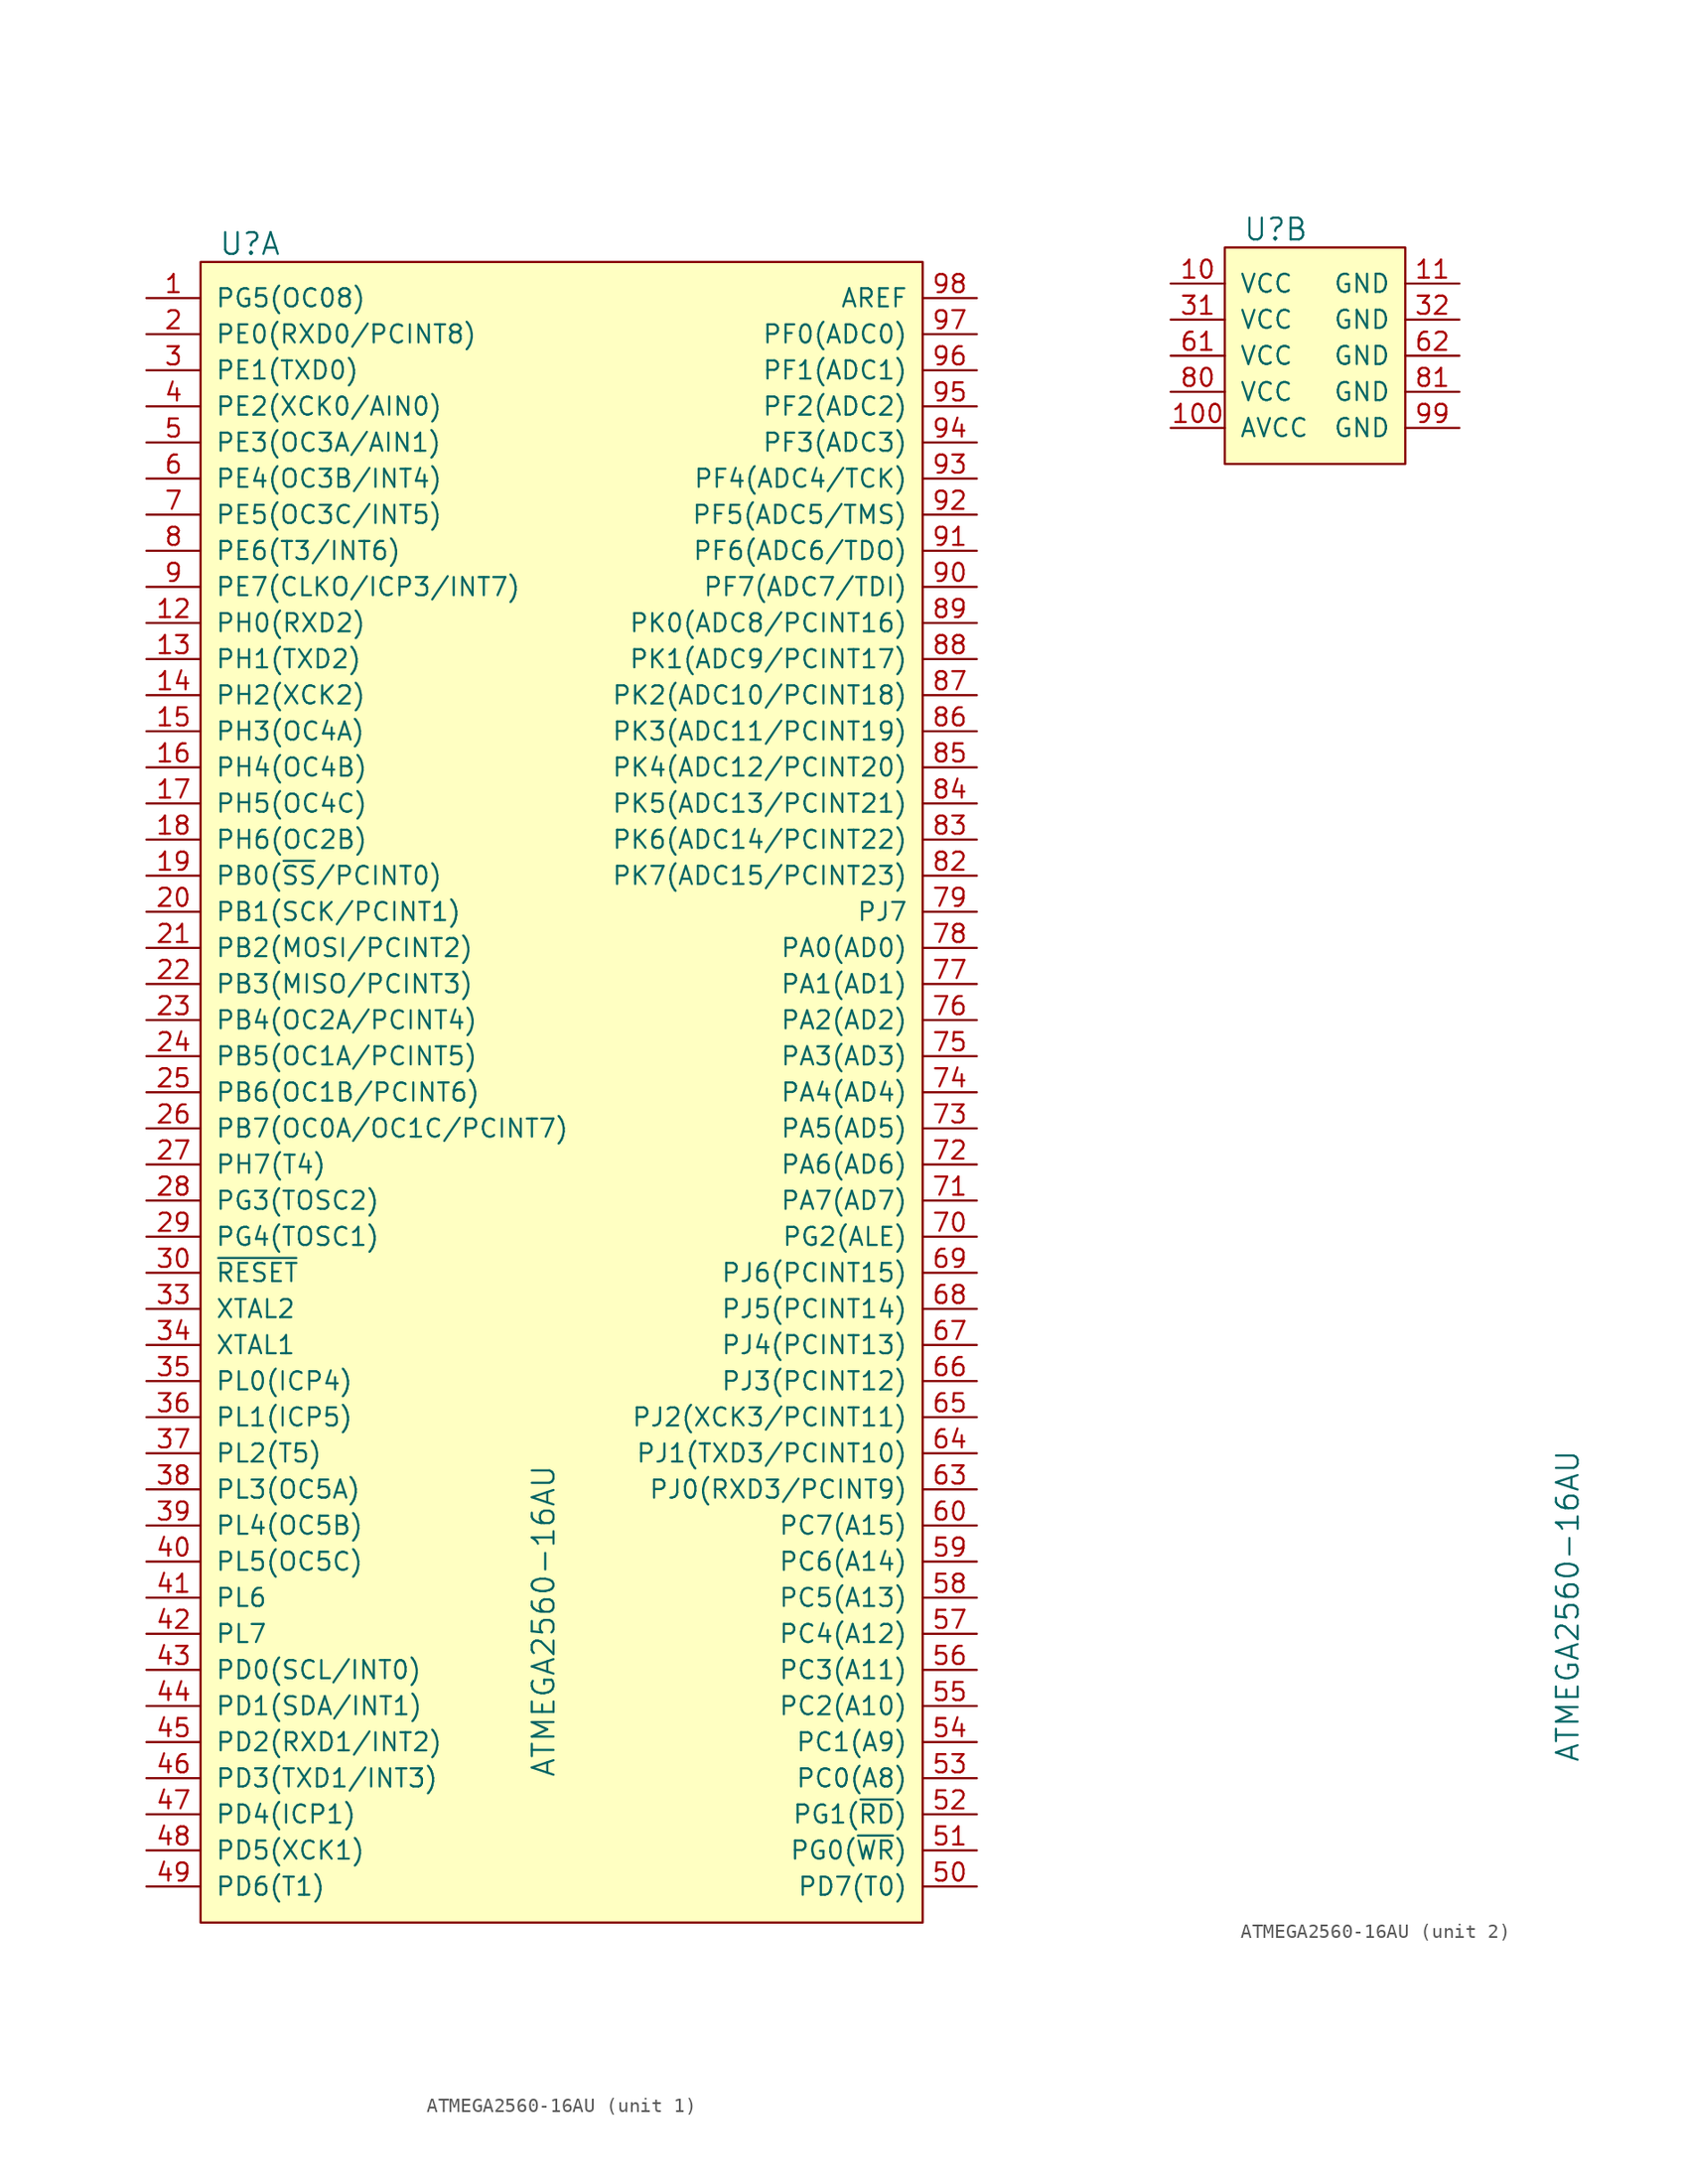
<source format=kicad_sym>
(kicad_symbol_lib
  (version 20211014)
  (generator kicad_symbol_editor)
  (symbol "ATMEGA2560-16AU"
    (pin_names
      (offset 1.016))
    (property "Reference" "U"
      (at 2.54 1.27 0)
      (effects (font (size 1.524 1.524)) (justify left)))
    (property "Value" "ATMEGA2560-16AU"
      (at 25.4 -106.68 90)
      (effects (font (size 1.524 1.524)) (justify left)))
    (property "ki_locked" ""
      (at 0 0 0)
      (effects (font (size 1.27 1.27))))
    (symbol "ATMEGA2560-16AU_1_1"
      (rectangle (start 1.27 0) (end 52.07 -116.84) (stroke (width 0) (type default) (color 0 0 0 0)) (fill (type background)))
      (pin bidirectional line (at -2.54 -2.54 0) (length 3.81) (name "PG5(OC08)" (effects (font (size 1.27 1.27)))) (number "1" (effects (font (size 1.27 1.27)))))
      (pin bidirectional line (at -2.54 -25.4 0) (length 3.81) (name "PH0(RXD2)" (effects (font (size 1.27 1.27)))) (number "12" (effects (font (size 1.27 1.27)))))
      (pin bidirectional line (at -2.54 -27.94 0) (length 3.81) (name "PH1(TXD2)" (effects (font (size 1.27 1.27)))) (number "13" (effects (font (size 1.27 1.27)))))
      (pin bidirectional line (at -2.54 -30.48 0) (length 3.81) (name "PH2(XCK2)" (effects (font (size 1.27 1.27)))) (number "14" (effects (font (size 1.27 1.27)))))
      (pin bidirectional line (at -2.54 -33.02 0) (length 3.81) (name "PH3(OC4A)" (effects (font (size 1.27 1.27)))) (number "15" (effects (font (size 1.27 1.27)))))
      (pin bidirectional line (at -2.54 -35.56 0) (length 3.81) (name "PH4(OC4B)" (effects (font (size 1.27 1.27)))) (number "16" (effects (font (size 1.27 1.27)))))
      (pin bidirectional line (at -2.54 -38.1 0) (length 3.81) (name "PH5(OC4C)" (effects (font (size 1.27 1.27)))) (number "17" (effects (font (size 1.27 1.27)))))
      (pin bidirectional line (at -2.54 -40.64 0) (length 3.81) (name "PH6(OC2B)" (effects (font (size 1.27 1.27)))) (number "18" (effects (font (size 1.27 1.27)))))
      (pin bidirectional line (at -2.54 -43.18 0) (length 3.81) (name "PB0(~{SS}/PCINT0)" (effects (font (size 1.27 1.27)))) (number "19" (effects (font (size 1.27 1.27)))))
      (pin bidirectional line (at -2.54 -5.08 0) (length 3.81) (name "PE0(RXD0/PCINT8)" (effects (font (size 1.27 1.27)))) (number "2" (effects (font (size 1.27 1.27)))))
      (pin bidirectional line (at -2.54 -45.72 0) (length 3.81) (name "PB1(SCK/PCINT1)" (effects (font (size 1.27 1.27)))) (number "20" (effects (font (size 1.27 1.27)))))
      (pin bidirectional line (at -2.54 -48.26 0) (length 3.81) (name "PB2(MOSI/PCINT2)" (effects (font (size 1.27 1.27)))) (number "21" (effects (font (size 1.27 1.27)))))
      (pin bidirectional line (at -2.54 -50.8 0) (length 3.81) (name "PB3(MISO/PCINT3)" (effects (font (size 1.27 1.27)))) (number "22" (effects (font (size 1.27 1.27)))))
      (pin bidirectional line (at -2.54 -53.34 0) (length 3.81) (name "PB4(OC2A/PCINT4)" (effects (font (size 1.27 1.27)))) (number "23" (effects (font (size 1.27 1.27)))))
      (pin bidirectional line (at -2.54 -55.88 0) (length 3.81) (name "PB5(OC1A/PCINT5)" (effects (font (size 1.27 1.27)))) (number "24" (effects (font (size 1.27 1.27)))))
      (pin bidirectional line (at -2.54 -58.42 0) (length 3.81) (name "PB6(OC1B/PCINT6)" (effects (font (size 1.27 1.27)))) (number "25" (effects (font (size 1.27 1.27)))))
      (pin bidirectional line (at -2.54 -60.96 0) (length 3.81) (name "PB7(OC0A/OC1C/PCINT7)" (effects (font (size 1.27 1.27)))) (number "26" (effects (font (size 1.27 1.27)))))
      (pin bidirectional line (at -2.54 -63.5 0) (length 3.81) (name "PH7(T4)" (effects (font (size 1.27 1.27)))) (number "27" (effects (font (size 1.27 1.27)))))
      (pin bidirectional line (at -2.54 -66.04 0) (length 3.81) (name "PG3(TOSC2)" (effects (font (size 1.27 1.27)))) (number "28" (effects (font (size 1.27 1.27)))))
      (pin bidirectional line (at -2.54 -68.58 0) (length 3.81) (name "PG4(TOSC1)" (effects (font (size 1.27 1.27)))) (number "29" (effects (font (size 1.27 1.27)))))
      (pin bidirectional line (at -2.54 -7.62 0) (length 3.81) (name "PE1(TXD0)" (effects (font (size 1.27 1.27)))) (number "3" (effects (font (size 1.27 1.27)))))
      (pin input line (at -2.54 -71.12 0) (length 3.81) (name "~{RESET}" (effects (font (size 1.27 1.27)))) (number "30" (effects (font (size 1.27 1.27)))))
      (pin input line (at -2.54 -73.66 0) (length 3.81) (name "XTAL2" (effects (font (size 1.27 1.27)))) (number "33" (effects (font (size 1.27 1.27)))))
      (pin output line (at -2.54 -76.2 0) (length 3.81) (name "XTAL1" (effects (font (size 1.27 1.27)))) (number "34" (effects (font (size 1.27 1.27)))))
      (pin bidirectional line (at -2.54 -78.74 0) (length 3.81) (name "PL0(ICP4)" (effects (font (size 1.27 1.27)))) (number "35" (effects (font (size 1.27 1.27)))))
      (pin bidirectional line (at -2.54 -81.28 0) (length 3.81) (name "PL1(ICP5)" (effects (font (size 1.27 1.27)))) (number "36" (effects (font (size 1.27 1.27)))))
      (pin bidirectional line (at -2.54 -83.82 0) (length 3.81) (name "PL2(T5)" (effects (font (size 1.27 1.27)))) (number "37" (effects (font (size 1.27 1.27)))))
      (pin bidirectional line (at -2.54 -86.36 0) (length 3.81) (name "PL3(OC5A)" (effects (font (size 1.27 1.27)))) (number "38" (effects (font (size 1.27 1.27)))))
      (pin bidirectional line (at -2.54 -88.9 0) (length 3.81) (name "PL4(OC5B)" (effects (font (size 1.27 1.27)))) (number "39" (effects (font (size 1.27 1.27)))))
      (pin bidirectional line (at -2.54 -10.16 0) (length 3.81) (name "PE2(XCK0/AIN0)" (effects (font (size 1.27 1.27)))) (number "4" (effects (font (size 1.27 1.27)))))
      (pin bidirectional line (at -2.54 -91.44 0) (length 3.81) (name "PL5(OC5C)" (effects (font (size 1.27 1.27)))) (number "40" (effects (font (size 1.27 1.27)))))
      (pin bidirectional line (at -2.54 -93.98 0) (length 3.81) (name "PL6" (effects (font (size 1.27 1.27)))) (number "41" (effects (font (size 1.27 1.27)))))
      (pin bidirectional line (at -2.54 -96.52 0) (length 3.81) (name "PL7" (effects (font (size 1.27 1.27)))) (number "42" (effects (font (size 1.27 1.27)))))
      (pin bidirectional line (at -2.54 -99.06 0) (length 3.81) (name "PD0(SCL/INT0)" (effects (font (size 1.27 1.27)))) (number "43" (effects (font (size 1.27 1.27)))))
      (pin bidirectional line (at -2.54 -101.6 0) (length 3.81) (name "PD1(SDA/INT1)" (effects (font (size 1.27 1.27)))) (number "44" (effects (font (size 1.27 1.27)))))
      (pin bidirectional line (at -2.54 -104.14 0) (length 3.81) (name "PD2(RXD1/INT2)" (effects (font (size 1.27 1.27)))) (number "45" (effects (font (size 1.27 1.27)))))
      (pin bidirectional line (at -2.54 -106.68 0) (length 3.81) (name "PD3(TXD1/INT3)" (effects (font (size 1.27 1.27)))) (number "46" (effects (font (size 1.27 1.27)))))
      (pin bidirectional line (at -2.54 -109.22 0) (length 3.81) (name "PD4(ICP1)" (effects (font (size 1.27 1.27)))) (number "47" (effects (font (size 1.27 1.27)))))
      (pin bidirectional line (at -2.54 -111.76 0) (length 3.81) (name "PD5(XCK1)" (effects (font (size 1.27 1.27)))) (number "48" (effects (font (size 1.27 1.27)))))
      (pin bidirectional line (at -2.54 -114.3 0) (length 3.81) (name "PD6(T1)" (effects (font (size 1.27 1.27)))) (number "49" (effects (font (size 1.27 1.27)))))
      (pin bidirectional line (at -2.54 -12.7 0) (length 3.81) (name "PE3(OC3A/AIN1)" (effects (font (size 1.27 1.27)))) (number "5" (effects (font (size 1.27 1.27)))))
      (pin bidirectional line (at 55.88 -114.3 180) (length 3.81) (name "PD7(T0)" (effects (font (size 1.27 1.27)))) (number "50" (effects (font (size 1.27 1.27)))))
      (pin bidirectional line (at 55.88 -111.76 180) (length 3.81) (name "PG0(~{WR})" (effects (font (size 1.27 1.27)))) (number "51" (effects (font (size 1.27 1.27)))))
      (pin bidirectional line (at 55.88 -109.22 180) (length 3.81) (name "PG1(~{RD})" (effects (font (size 1.27 1.27)))) (number "52" (effects (font (size 1.27 1.27)))))
      (pin bidirectional line (at 55.88 -106.68 180) (length 3.81) (name "PC0(A8)" (effects (font (size 1.27 1.27)))) (number "53" (effects (font (size 1.27 1.27)))))
      (pin bidirectional line (at 55.88 -104.14 180) (length 3.81) (name "PC1(A9)" (effects (font (size 1.27 1.27)))) (number "54" (effects (font (size 1.27 1.27)))))
      (pin bidirectional line (at 55.88 -101.6 180) (length 3.81) (name "PC2(A10)" (effects (font (size 1.27 1.27)))) (number "55" (effects (font (size 1.27 1.27)))))
      (pin bidirectional line (at 55.88 -99.06 180) (length 3.81) (name "PC3(A11)" (effects (font (size 1.27 1.27)))) (number "56" (effects (font (size 1.27 1.27)))))
      (pin bidirectional line (at 55.88 -96.52 180) (length 3.81) (name "PC4(A12)" (effects (font (size 1.27 1.27)))) (number "57" (effects (font (size 1.27 1.27)))))
      (pin bidirectional line (at 55.88 -93.98 180) (length 3.81) (name "PC5(A13)" (effects (font (size 1.27 1.27)))) (number "58" (effects (font (size 1.27 1.27)))))
      (pin bidirectional line (at 55.88 -91.44 180) (length 3.81) (name "PC6(A14)" (effects (font (size 1.27 1.27)))) (number "59" (effects (font (size 1.27 1.27)))))
      (pin bidirectional line (at -2.54 -15.24 0) (length 3.81) (name "PE4(OC3B/INT4)" (effects (font (size 1.27 1.27)))) (number "6" (effects (font (size 1.27 1.27)))))
      (pin bidirectional line (at 55.88 -88.9 180) (length 3.81) (name "PC7(A15)" (effects (font (size 1.27 1.27)))) (number "60" (effects (font (size 1.27 1.27)))))
      (pin bidirectional line (at 55.88 -86.36 180) (length 3.81) (name "PJ0(RXD3/PCINT9)" (effects (font (size 1.27 1.27)))) (number "63" (effects (font (size 1.27 1.27)))))
      (pin bidirectional line (at 55.88 -83.82 180) (length 3.81) (name "PJ1(TXD3/PCINT10)" (effects (font (size 1.27 1.27)))) (number "64" (effects (font (size 1.27 1.27)))))
      (pin bidirectional line (at 55.88 -81.28 180) (length 3.81) (name "PJ2(XCK3/PCINT11)" (effects (font (size 1.27 1.27)))) (number "65" (effects (font (size 1.27 1.27)))))
      (pin bidirectional line (at 55.88 -78.74 180) (length 3.81) (name "PJ3(PCINT12)" (effects (font (size 1.27 1.27)))) (number "66" (effects (font (size 1.27 1.27)))))
      (pin bidirectional line (at 55.88 -76.2 180) (length 3.81) (name "PJ4(PCINT13)" (effects (font (size 1.27 1.27)))) (number "67" (effects (font (size 1.27 1.27)))))
      (pin bidirectional line (at 55.88 -73.66 180) (length 3.81) (name "PJ5(PCINT14)" (effects (font (size 1.27 1.27)))) (number "68" (effects (font (size 1.27 1.27)))))
      (pin bidirectional line (at 55.88 -71.12 180) (length 3.81) (name "PJ6(PCINT15)" (effects (font (size 1.27 1.27)))) (number "69" (effects (font (size 1.27 1.27)))))
      (pin bidirectional line (at -2.54 -17.78 0) (length 3.81) (name "PE5(OC3C/INT5)" (effects (font (size 1.27 1.27)))) (number "7" (effects (font (size 1.27 1.27)))))
      (pin bidirectional line (at 55.88 -68.58 180) (length 3.81) (name "PG2(ALE)" (effects (font (size 1.27 1.27)))) (number "70" (effects (font (size 1.27 1.27)))))
      (pin bidirectional line (at 55.88 -66.04 180) (length 3.81) (name "PA7(AD7)" (effects (font (size 1.27 1.27)))) (number "71" (effects (font (size 1.27 1.27)))))
      (pin bidirectional line (at 55.88 -63.5 180) (length 3.81) (name "PA6(AD6)" (effects (font (size 1.27 1.27)))) (number "72" (effects (font (size 1.27 1.27)))))
      (pin bidirectional line (at 55.88 -60.96 180) (length 3.81) (name "PA5(AD5)" (effects (font (size 1.27 1.27)))) (number "73" (effects (font (size 1.27 1.27)))))
      (pin bidirectional line (at 55.88 -58.42 180) (length 3.81) (name "PA4(AD4)" (effects (font (size 1.27 1.27)))) (number "74" (effects (font (size 1.27 1.27)))))
      (pin bidirectional line (at 55.88 -55.88 180) (length 3.81) (name "PA3(AD3)" (effects (font (size 1.27 1.27)))) (number "75" (effects (font (size 1.27 1.27)))))
      (pin bidirectional line (at 55.88 -53.34 180) (length 3.81) (name "PA2(AD2)" (effects (font (size 1.27 1.27)))) (number "76" (effects (font (size 1.27 1.27)))))
      (pin bidirectional line (at 55.88 -50.8 180) (length 3.81) (name "PA1(AD1)" (effects (font (size 1.27 1.27)))) (number "77" (effects (font (size 1.27 1.27)))))
      (pin bidirectional line (at 55.88 -48.26 180) (length 3.81) (name "PA0(AD0)" (effects (font (size 1.27 1.27)))) (number "78" (effects (font (size 1.27 1.27)))))
      (pin bidirectional line (at 55.88 -45.72 180) (length 3.81) (name "PJ7" (effects (font (size 1.27 1.27)))) (number "79" (effects (font (size 1.27 1.27)))))
      (pin bidirectional line (at -2.54 -20.32 0) (length 3.81) (name "PE6(T3/INT6)" (effects (font (size 1.27 1.27)))) (number "8" (effects (font (size 1.27 1.27)))))
      (pin bidirectional line (at 55.88 -43.18 180) (length 3.81) (name "PK7(ADC15/PCINT23)" (effects (font (size 1.27 1.27)))) (number "82" (effects (font (size 1.27 1.27)))))
      (pin bidirectional line (at 55.88 -40.64 180) (length 3.81) (name "PK6(ADC14/PCINT22)" (effects (font (size 1.27 1.27)))) (number "83" (effects (font (size 1.27 1.27)))))
      (pin bidirectional line (at 55.88 -38.1 180) (length 3.81) (name "PK5(ADC13/PCINT21)" (effects (font (size 1.27 1.27)))) (number "84" (effects (font (size 1.27 1.27)))))
      (pin bidirectional line (at 55.88 -35.56 180) (length 3.81) (name "PK4(ADC12/PCINT20)" (effects (font (size 1.27 1.27)))) (number "85" (effects (font (size 1.27 1.27)))))
      (pin bidirectional line (at 55.88 -33.02 180) (length 3.81) (name "PK3(ADC11/PCINT19)" (effects (font (size 1.27 1.27)))) (number "86" (effects (font (size 1.27 1.27)))))
      (pin bidirectional line (at 55.88 -30.48 180) (length 3.81) (name "PK2(ADC10/PCINT18)" (effects (font (size 1.27 1.27)))) (number "87" (effects (font (size 1.27 1.27)))))
      (pin bidirectional line (at 55.88 -27.94 180) (length 3.81) (name "PK1(ADC9/PCINT17)" (effects (font (size 1.27 1.27)))) (number "88" (effects (font (size 1.27 1.27)))))
      (pin bidirectional line (at 55.88 -25.4 180) (length 3.81) (name "PK0(ADC8/PCINT16)" (effects (font (size 1.27 1.27)))) (number "89" (effects (font (size 1.27 1.27)))))
      (pin bidirectional line (at -2.54 -22.86 0) (length 3.81) (name "PE7(CLKO/ICP3/INT7)" (effects (font (size 1.27 1.27)))) (number "9" (effects (font (size 1.27 1.27)))))
      (pin bidirectional line (at 55.88 -22.86 180) (length 3.81) (name "PF7(ADC7/TDI)" (effects (font (size 1.27 1.27)))) (number "90" (effects (font (size 1.27 1.27)))))
      (pin bidirectional line (at 55.88 -20.32 180) (length 3.81) (name "PF6(ADC6/TDO)" (effects (font (size 1.27 1.27)))) (number "91" (effects (font (size 1.27 1.27)))))
      (pin bidirectional line (at 55.88 -17.78 180) (length 3.81) (name "PF5(ADC5/TMS)" (effects (font (size 1.27 1.27)))) (number "92" (effects (font (size 1.27 1.27)))))
      (pin bidirectional line (at 55.88 -15.24 180) (length 3.81) (name "PF4(ADC4/TCK)" (effects (font (size 1.27 1.27)))) (number "93" (effects (font (size 1.27 1.27)))))
      (pin bidirectional line (at 55.88 -12.7 180) (length 3.81) (name "PF3(ADC3)" (effects (font (size 1.27 1.27)))) (number "94" (effects (font (size 1.27 1.27)))))
      (pin bidirectional line (at 55.88 -10.16 180) (length 3.81) (name "PF2(ADC2)" (effects (font (size 1.27 1.27)))) (number "95" (effects (font (size 1.27 1.27)))))
      (pin bidirectional line (at 55.88 -7.62 180) (length 3.81) (name "PF1(ADC1)" (effects (font (size 1.27 1.27)))) (number "96" (effects (font (size 1.27 1.27)))))
      (pin bidirectional line (at 55.88 -5.08 180) (length 3.81) (name "PF0(ADC0)" (effects (font (size 1.27 1.27)))) (number "97" (effects (font (size 1.27 1.27)))))
      (pin bidirectional line (at 55.88 -2.54 180) (length 3.81) (name "AREF" (effects (font (size 1.27 1.27)))) (number "98" (effects (font (size 1.27 1.27))))))
    (symbol "ATMEGA2560-16AU_2_1"
      (rectangle (start 1.27 0) (end 13.97 -15.24) (stroke (width 0) (type default) (color 0 0 0 0)) (fill (type background)))
      (pin power_in line (at -2.54 -2.54 0) (length 3.81) (name "VCC" (effects (font (size 1.27 1.27)))) (number "10" (effects (font (size 1.27 1.27)))))
      (pin power_in line (at -2.54 -12.7 0) (length 3.81) (name "AVCC" (effects (font (size 1.27 1.27)))) (number "100" (effects (font (size 1.27 1.27)))))
      (pin power_in line (at 17.78 -2.54 180) (length 3.81) (name "GND" (effects (font (size 1.27 1.27)))) (number "11" (effects (font (size 1.27 1.27)))))
      (pin power_in line (at -2.54 -5.08 0) (length 3.81) (name "VCC" (effects (font (size 1.27 1.27)))) (number "31" (effects (font (size 1.27 1.27)))))
      (pin power_in line (at 17.78 -5.08 180) (length 3.81) (name "GND" (effects (font (size 1.27 1.27)))) (number "32" (effects (font (size 1.27 1.27)))))
      (pin power_in line (at -2.54 -7.62 0) (length 3.81) (name "VCC" (effects (font (size 1.27 1.27)))) (number "61" (effects (font (size 1.27 1.27)))))
      (pin power_in line (at 17.78 -7.62 180) (length 3.81) (name "GND" (effects (font (size 1.27 1.27)))) (number "62" (effects (font (size 1.27 1.27)))))
      (pin power_in line (at -2.54 -10.16 0) (length 3.81) (name "VCC" (effects (font (size 1.27 1.27)))) (number "80" (effects (font (size 1.27 1.27)))))
      (pin power_in line (at 17.78 -10.16 180) (length 3.81) (name "GND" (effects (font (size 1.27 1.27)))) (number "81" (effects (font (size 1.27 1.27)))))
      (pin power_in line (at 17.78 -12.7 180) (length 3.81) (name "GND" (effects (font (size 1.27 1.27)))) (number "99" (effects (font (size 1.27 1.27))))))))
</source>
